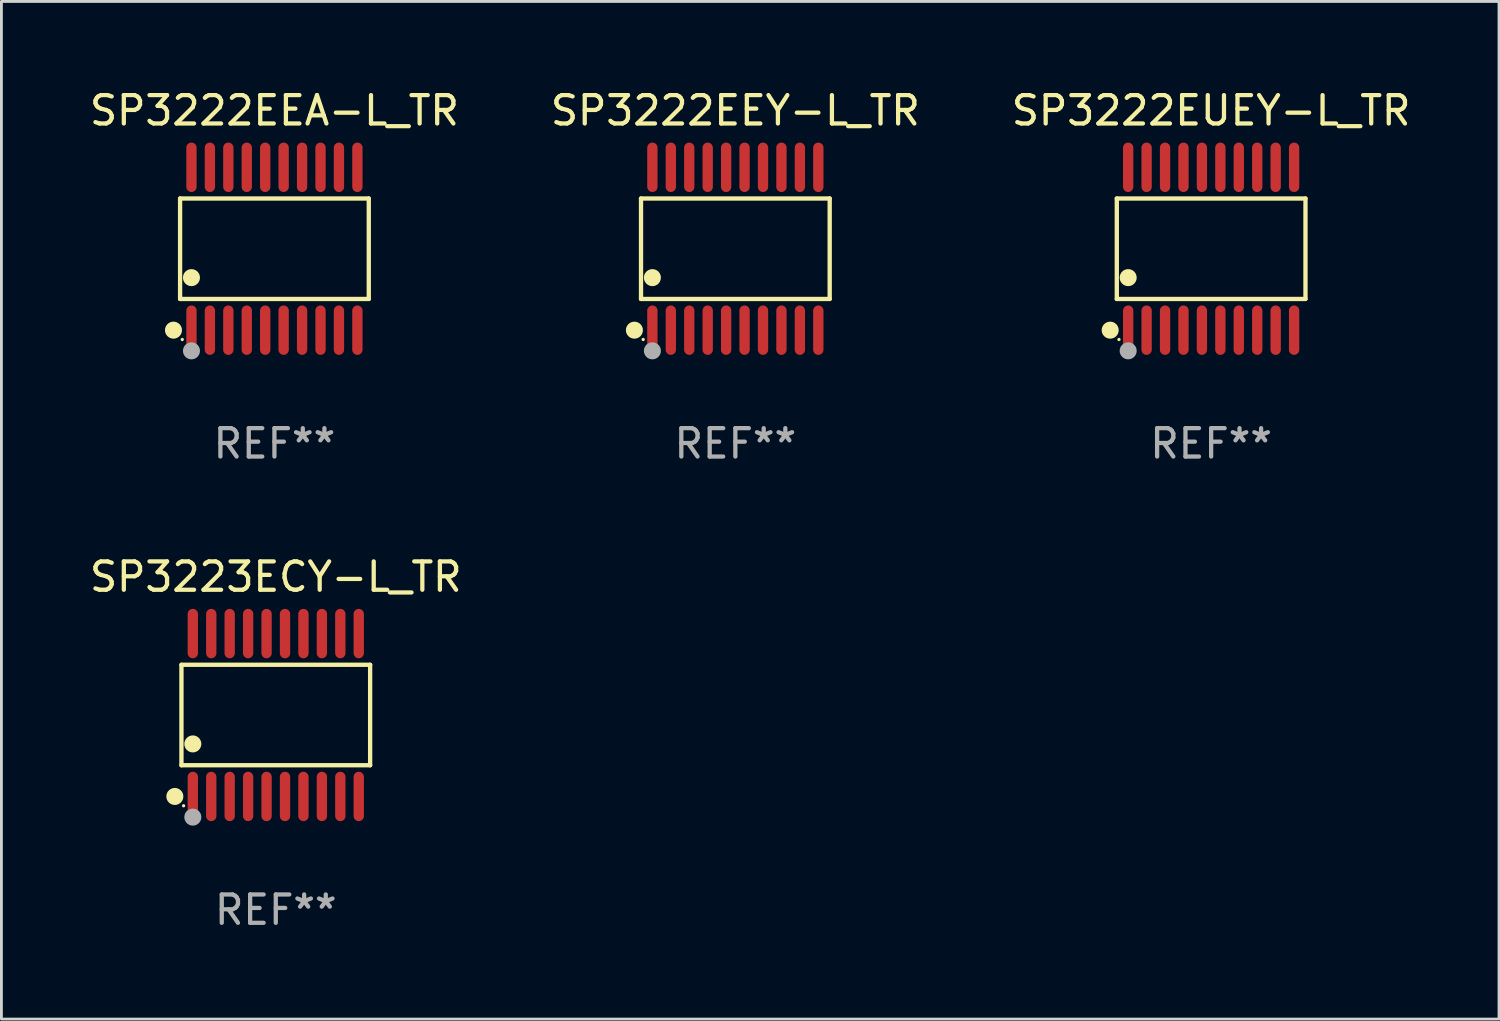
<source format=kicad_pcb>
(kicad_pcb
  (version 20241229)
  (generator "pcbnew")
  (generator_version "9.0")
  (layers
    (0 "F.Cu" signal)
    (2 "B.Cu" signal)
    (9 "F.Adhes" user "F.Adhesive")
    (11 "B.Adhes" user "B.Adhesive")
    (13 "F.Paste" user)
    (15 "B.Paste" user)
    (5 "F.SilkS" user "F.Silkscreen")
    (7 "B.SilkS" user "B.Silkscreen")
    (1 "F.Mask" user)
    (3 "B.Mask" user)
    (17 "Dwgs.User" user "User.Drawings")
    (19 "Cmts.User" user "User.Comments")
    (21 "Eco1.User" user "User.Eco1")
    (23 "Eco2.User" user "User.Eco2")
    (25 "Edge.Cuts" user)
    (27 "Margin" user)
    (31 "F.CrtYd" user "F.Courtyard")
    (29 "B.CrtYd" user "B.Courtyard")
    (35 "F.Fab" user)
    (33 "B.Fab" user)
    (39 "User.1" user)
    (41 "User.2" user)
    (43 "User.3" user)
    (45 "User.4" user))
  (footprint "SP3223ECY-L_TR"
    (layer "F.Cu")
    (at 6.673 22.158)
    (property "Reference" "SP3223ECY-L_TR" (at 0 -4.871 0) (layer "F.SilkS") (effects (font (size 1 1) (thickness 0.15))))
    (attr through_hole)
    (fp_line (start -3.326 -1.771) (end 3.326 -1.771) (stroke (width 0.152) (type solid)) (layer "F.SilkS"))
    (fp_line (start -3.326 1.771) (end -3.326 -1.771) (stroke (width 0.152) (type solid)) (layer "F.SilkS"))
    (fp_line (start 3.326 -1.771) (end 3.326 1.771) (stroke (width 0.152) (type solid)) (layer "F.SilkS"))
    (fp_line (start 3.326 1.771) (end -3.326 1.771) (stroke (width 0.152) (type solid)) (layer "F.SilkS"))
    (fp_circle (center -3.559 2.871) (end -3.409 2.871) (stroke (width 0.3) (type solid)) (fill no) (layer "F.SilkS"))
    (fp_circle (center -3.25 3.2) (end -3.22 3.2) (stroke (width 0.06) (type solid)) (fill no) (layer "F.SilkS"))
    (fp_circle (center -2.925 1.019) (end -2.775 1.019) (stroke (width 0.3) (type solid)) (fill no) (layer "F.SilkS"))
    (fp_circle (center -2.925 3.6) (end -2.775 3.6) (stroke (width 0.3) (type solid)) (fill no) (layer "F.Fab"))
    (fp_text user "REF**" (at 0 6.871 0) (layer "F.Fab") (effects (font (size 1 1) (thickness 0.15))))
    (pad "1" smd oval (at -2.925 2.871) (size 0.364 1.742) (layers "F.Cu" "F.Mask" "F.Paste"))
    (pad "2" smd oval (at -2.275 2.871) (size 0.364 1.742) (layers "F.Cu" "F.Mask" "F.Paste"))
    (pad "3" smd oval (at -1.625 2.871) (size 0.364 1.742) (layers "F.Cu" "F.Mask" "F.Paste"))
    (pad "4" smd oval (at -0.975 2.871) (size 0.364 1.742) (layers "F.Cu" "F.Mask" "F.Paste"))
    (pad "5" smd oval (at -0.325 2.871) (size 0.364 1.742) (layers "F.Cu" "F.Mask" "F.Paste"))
    (pad "6" smd oval (at 0.325 2.871) (size 0.364 1.742) (layers "F.Cu" "F.Mask" "F.Paste"))
    (pad "7" smd oval (at 0.975 2.871) (size 0.364 1.742) (layers "F.Cu" "F.Mask" "F.Paste"))
    (pad "8" smd oval (at 1.625 2.871) (size 0.364 1.742) (layers "F.Cu" "F.Mask" "F.Paste"))
    (pad "9" smd oval (at 2.275 2.871) (size 0.364 1.742) (layers "F.Cu" "F.Mask" "F.Paste"))
    (pad "10" smd oval (at 2.925 2.871) (size 0.364 1.742) (layers "F.Cu" "F.Mask" "F.Paste"))
    (pad "11" smd oval (at 2.925 -2.871) (size 0.364 1.742) (layers "F.Cu" "F.Mask" "F.Paste"))
    (pad "12" smd oval (at 2.275 -2.871) (size 0.364 1.742) (layers "F.Cu" "F.Mask" "F.Paste"))
    (pad "13" smd oval (at 1.625 -2.871) (size 0.364 1.742) (layers "F.Cu" "F.Mask" "F.Paste"))
    (pad "14" smd oval (at 0.975 -2.871) (size 0.364 1.742) (layers "F.Cu" "F.Mask" "F.Paste"))
    (pad "15" smd oval (at 0.325 -2.871) (size 0.364 1.742) (layers "F.Cu" "F.Mask" "F.Paste"))
    (pad "16" smd oval (at -0.325 -2.871) (size 0.364 1.742) (layers "F.Cu" "F.Mask" "F.Paste"))
    (pad "17" smd oval (at -0.975 -2.871) (size 0.364 1.742) (layers "F.Cu" "F.Mask" "F.Paste"))
    (pad "18" smd oval (at -1.625 -2.871) (size 0.364 1.742) (layers "F.Cu" "F.Mask" "F.Paste"))
    (pad "19" smd oval (at -2.275 -2.871) (size 0.364 1.742) (layers "F.Cu" "F.Mask" "F.Paste"))
    (pad "20" smd oval (at -2.925 -2.871) (size 0.364 1.742) (layers "F.Cu" "F.Mask" "F.Paste")))
  (footprint "SP3222EEA-L_TR"
    (layer "F.Cu")
    (at 6.625 5.719)
    (property "Reference" "SP3222EEA-L_TR" (at 0 -4.871 0) (layer "F.SilkS") (effects (font (size 1 1) (thickness 0.15))))
    (attr through_hole)
    (fp_line (start -3.326 -1.771) (end 3.326 -1.771) (stroke (width 0.152) (type solid)) (layer "F.SilkS"))
    (fp_line (start -3.326 1.771) (end -3.326 -1.771) (stroke (width 0.152) (type solid)) (layer "F.SilkS"))
    (fp_line (start 3.326 -1.771) (end 3.326 1.771) (stroke (width 0.152) (type solid)) (layer "F.SilkS"))
    (fp_line (start 3.326 1.771) (end -3.326 1.771) (stroke (width 0.152) (type solid)) (layer "F.SilkS"))
    (fp_circle (center -3.559 2.871) (end -3.409 2.871) (stroke (width 0.3) (type solid)) (fill no) (layer "F.SilkS"))
    (fp_circle (center -3.25 3.2) (end -3.22 3.2) (stroke (width 0.06) (type solid)) (fill no) (layer "F.SilkS"))
    (fp_circle (center -2.925 1.019) (end -2.775 1.019) (stroke (width 0.3) (type solid)) (fill no) (layer "F.SilkS"))
    (fp_circle (center -2.925 3.6) (end -2.775 3.6) (stroke (width 0.3) (type solid)) (fill no) (layer "F.Fab"))
    (fp_text user "REF**" (at 0 6.871 0) (layer "F.Fab") (effects (font (size 1 1) (thickness 0.15))))
    (pad "1" smd oval (at -2.925 2.871) (size 0.364 1.742) (layers "F.Cu" "F.Mask" "F.Paste"))
    (pad "2" smd oval (at -2.275 2.871) (size 0.364 1.742) (layers "F.Cu" "F.Mask" "F.Paste"))
    (pad "3" smd oval (at -1.625 2.871) (size 0.364 1.742) (layers "F.Cu" "F.Mask" "F.Paste"))
    (pad "4" smd oval (at -0.975 2.871) (size 0.364 1.742) (layers "F.Cu" "F.Mask" "F.Paste"))
    (pad "5" smd oval (at -0.325 2.871) (size 0.364 1.742) (layers "F.Cu" "F.Mask" "F.Paste"))
    (pad "6" smd oval (at 0.325 2.871) (size 0.364 1.742) (layers "F.Cu" "F.Mask" "F.Paste"))
    (pad "7" smd oval (at 0.975 2.871) (size 0.364 1.742) (layers "F.Cu" "F.Mask" "F.Paste"))
    (pad "8" smd oval (at 1.625 2.871) (size 0.364 1.742) (layers "F.Cu" "F.Mask" "F.Paste"))
    (pad "9" smd oval (at 2.275 2.871) (size 0.364 1.742) (layers "F.Cu" "F.Mask" "F.Paste"))
    (pad "10" smd oval (at 2.925 2.871) (size 0.364 1.742) (layers "F.Cu" "F.Mask" "F.Paste"))
    (pad "11" smd oval (at 2.925 -2.871) (size 0.364 1.742) (layers "F.Cu" "F.Mask" "F.Paste"))
    (pad "12" smd oval (at 2.275 -2.871) (size 0.364 1.742) (layers "F.Cu" "F.Mask" "F.Paste"))
    (pad "13" smd oval (at 1.625 -2.871) (size 0.364 1.742) (layers "F.Cu" "F.Mask" "F.Paste"))
    (pad "14" smd oval (at 0.975 -2.871) (size 0.364 1.742) (layers "F.Cu" "F.Mask" "F.Paste"))
    (pad "15" smd oval (at 0.325 -2.871) (size 0.364 1.742) (layers "F.Cu" "F.Mask" "F.Paste"))
    (pad "16" smd oval (at -0.325 -2.871) (size 0.364 1.742) (layers "F.Cu" "F.Mask" "F.Paste"))
    (pad "17" smd oval (at -0.975 -2.871) (size 0.364 1.742) (layers "F.Cu" "F.Mask" "F.Paste"))
    (pad "18" smd oval (at -1.625 -2.871) (size 0.364 1.742) (layers "F.Cu" "F.Mask" "F.Paste"))
    (pad "19" smd oval (at -2.275 -2.871) (size 0.364 1.742) (layers "F.Cu" "F.Mask" "F.Paste"))
    (pad "20" smd oval (at -2.925 -2.871) (size 0.364 1.742) (layers "F.Cu" "F.Mask" "F.Paste")))
  (footprint "SP3222EUEY-L_TR"
    (layer "F.Cu")
    (at 39.649 5.719)
    (property "Reference" "SP3222EUEY-L_TR" (at 0 -4.871 0) (layer "F.SilkS") (effects (font (size 1 1) (thickness 0.15))))
    (attr through_hole)
    (fp_line (start -3.326 -1.771) (end 3.326 -1.771) (stroke (width 0.152) (type solid)) (layer "F.SilkS"))
    (fp_line (start -3.326 1.771) (end -3.326 -1.771) (stroke (width 0.152) (type solid)) (layer "F.SilkS"))
    (fp_line (start 3.326 -1.771) (end 3.326 1.771) (stroke (width 0.152) (type solid)) (layer "F.SilkS"))
    (fp_line (start 3.326 1.771) (end -3.326 1.771) (stroke (width 0.152) (type solid)) (layer "F.SilkS"))
    (fp_circle (center -3.559 2.871) (end -3.409 2.871) (stroke (width 0.3) (type solid)) (fill no) (layer "F.SilkS"))
    (fp_circle (center -3.25 3.2) (end -3.22 3.2) (stroke (width 0.06) (type solid)) (fill no) (layer "F.SilkS"))
    (fp_circle (center -2.925 1.019) (end -2.775 1.019) (stroke (width 0.3) (type solid)) (fill no) (layer "F.SilkS"))
    (fp_circle (center -2.925 3.6) (end -2.775 3.6) (stroke (width 0.3) (type solid)) (fill no) (layer "F.Fab"))
    (fp_text user "REF**" (at 0 6.871 0) (layer "F.Fab") (effects (font (size 1 1) (thickness 0.15))))
    (pad "1" smd oval (at -2.925 2.871) (size 0.364 1.742) (layers "F.Cu" "F.Mask" "F.Paste"))
    (pad "2" smd oval (at -2.275 2.871) (size 0.364 1.742) (layers "F.Cu" "F.Mask" "F.Paste"))
    (pad "3" smd oval (at -1.625 2.871) (size 0.364 1.742) (layers "F.Cu" "F.Mask" "F.Paste"))
    (pad "4" smd oval (at -0.975 2.871) (size 0.364 1.742) (layers "F.Cu" "F.Mask" "F.Paste"))
    (pad "5" smd oval (at -0.325 2.871) (size 0.364 1.742) (layers "F.Cu" "F.Mask" "F.Paste"))
    (pad "6" smd oval (at 0.325 2.871) (size 0.364 1.742) (layers "F.Cu" "F.Mask" "F.Paste"))
    (pad "7" smd oval (at 0.975 2.871) (size 0.364 1.742) (layers "F.Cu" "F.Mask" "F.Paste"))
    (pad "8" smd oval (at 1.625 2.871) (size 0.364 1.742) (layers "F.Cu" "F.Mask" "F.Paste"))
    (pad "9" smd oval (at 2.275 2.871) (size 0.364 1.742) (layers "F.Cu" "F.Mask" "F.Paste"))
    (pad "10" smd oval (at 2.925 2.871) (size 0.364 1.742) (layers "F.Cu" "F.Mask" "F.Paste"))
    (pad "11" smd oval (at 2.925 -2.871) (size 0.364 1.742) (layers "F.Cu" "F.Mask" "F.Paste"))
    (pad "12" smd oval (at 2.275 -2.871) (size 0.364 1.742) (layers "F.Cu" "F.Mask" "F.Paste"))
    (pad "13" smd oval (at 1.625 -2.871) (size 0.364 1.742) (layers "F.Cu" "F.Mask" "F.Paste"))
    (pad "14" smd oval (at 0.975 -2.871) (size 0.364 1.742) (layers "F.Cu" "F.Mask" "F.Paste"))
    (pad "15" smd oval (at 0.325 -2.871) (size 0.364 1.742) (layers "F.Cu" "F.Mask" "F.Paste"))
    (pad "16" smd oval (at -0.325 -2.871) (size 0.364 1.742) (layers "F.Cu" "F.Mask" "F.Paste"))
    (pad "17" smd oval (at -0.975 -2.871) (size 0.364 1.742) (layers "F.Cu" "F.Mask" "F.Paste"))
    (pad "18" smd oval (at -1.625 -2.871) (size 0.364 1.742) (layers "F.Cu" "F.Mask" "F.Paste"))
    (pad "19" smd oval (at -2.275 -2.871) (size 0.364 1.742) (layers "F.Cu" "F.Mask" "F.Paste"))
    (pad "20" smd oval (at -2.925 -2.871) (size 0.364 1.742) (layers "F.Cu" "F.Mask" "F.Paste")))
  (footprint "SP3222EEY-L_TR"
    (layer "F.Cu")
    (at 22.875 5.719)
    (property "Reference" "SP3222EEY-L_TR" (at 0 -4.871 0) (layer "F.SilkS") (effects (font (size 1 1) (thickness 0.15))))
    (attr through_hole)
    (fp_line (start -3.326 -1.771) (end 3.326 -1.771) (stroke (width 0.152) (type solid)) (layer "F.SilkS"))
    (fp_line (start -3.326 1.771) (end -3.326 -1.771) (stroke (width 0.152) (type solid)) (layer "F.SilkS"))
    (fp_line (start 3.326 -1.771) (end 3.326 1.771) (stroke (width 0.152) (type solid)) (layer "F.SilkS"))
    (fp_line (start 3.326 1.771) (end -3.326 1.771) (stroke (width 0.152) (type solid)) (layer "F.SilkS"))
    (fp_circle (center -3.559 2.871) (end -3.409 2.871) (stroke (width 0.3) (type solid)) (fill no) (layer "F.SilkS"))
    (fp_circle (center -3.25 3.2) (end -3.22 3.2) (stroke (width 0.06) (type solid)) (fill no) (layer "F.SilkS"))
    (fp_circle (center -2.925 1.019) (end -2.775 1.019) (stroke (width 0.3) (type solid)) (fill no) (layer "F.SilkS"))
    (fp_circle (center -2.925 3.6) (end -2.775 3.6) (stroke (width 0.3) (type solid)) (fill no) (layer "F.Fab"))
    (fp_text user "REF**" (at 0 6.871 0) (layer "F.Fab") (effects (font (size 1 1) (thickness 0.15))))
    (pad "1" smd oval (at -2.925 2.871) (size 0.364 1.742) (layers "F.Cu" "F.Mask" "F.Paste"))
    (pad "2" smd oval (at -2.275 2.871) (size 0.364 1.742) (layers "F.Cu" "F.Mask" "F.Paste"))
    (pad "3" smd oval (at -1.625 2.871) (size 0.364 1.742) (layers "F.Cu" "F.Mask" "F.Paste"))
    (pad "4" smd oval (at -0.975 2.871) (size 0.364 1.742) (layers "F.Cu" "F.Mask" "F.Paste"))
    (pad "5" smd oval (at -0.325 2.871) (size 0.364 1.742) (layers "F.Cu" "F.Mask" "F.Paste"))
    (pad "6" smd oval (at 0.325 2.871) (size 0.364 1.742) (layers "F.Cu" "F.Mask" "F.Paste"))
    (pad "7" smd oval (at 0.975 2.871) (size 0.364 1.742) (layers "F.Cu" "F.Mask" "F.Paste"))
    (pad "8" smd oval (at 1.625 2.871) (size 0.364 1.742) (layers "F.Cu" "F.Mask" "F.Paste"))
    (pad "9" smd oval (at 2.275 2.871) (size 0.364 1.742) (layers "F.Cu" "F.Mask" "F.Paste"))
    (pad "10" smd oval (at 2.925 2.871) (size 0.364 1.742) (layers "F.Cu" "F.Mask" "F.Paste"))
    (pad "11" smd oval (at 2.925 -2.871) (size 0.364 1.742) (layers "F.Cu" "F.Mask" "F.Paste"))
    (pad "12" smd oval (at 2.275 -2.871) (size 0.364 1.742) (layers "F.Cu" "F.Mask" "F.Paste"))
    (pad "13" smd oval (at 1.625 -2.871) (size 0.364 1.742) (layers "F.Cu" "F.Mask" "F.Paste"))
    (pad "14" smd oval (at 0.975 -2.871) (size 0.364 1.742) (layers "F.Cu" "F.Mask" "F.Paste"))
    (pad "15" smd oval (at 0.325 -2.871) (size 0.364 1.742) (layers "F.Cu" "F.Mask" "F.Paste"))
    (pad "16" smd oval (at -0.325 -2.871) (size 0.364 1.742) (layers "F.Cu" "F.Mask" "F.Paste"))
    (pad "17" smd oval (at -0.975 -2.871) (size 0.364 1.742) (layers "F.Cu" "F.Mask" "F.Paste"))
    (pad "18" smd oval (at -1.625 -2.871) (size 0.364 1.742) (layers "F.Cu" "F.Mask" "F.Paste"))
    (pad "19" smd oval (at -2.275 -2.871) (size 0.364 1.742) (layers "F.Cu" "F.Mask" "F.Paste"))
    (pad "20" smd oval (at -2.925 -2.871) (size 0.364 1.742) (layers "F.Cu" "F.Mask" "F.Paste")))
  (gr_rect
    (start -3 -3)
    (end 49.798 32.877)
    (stroke (width 0.1) (type default))
    (fill no)
    (layer "Edge.Cuts")))
</source>
